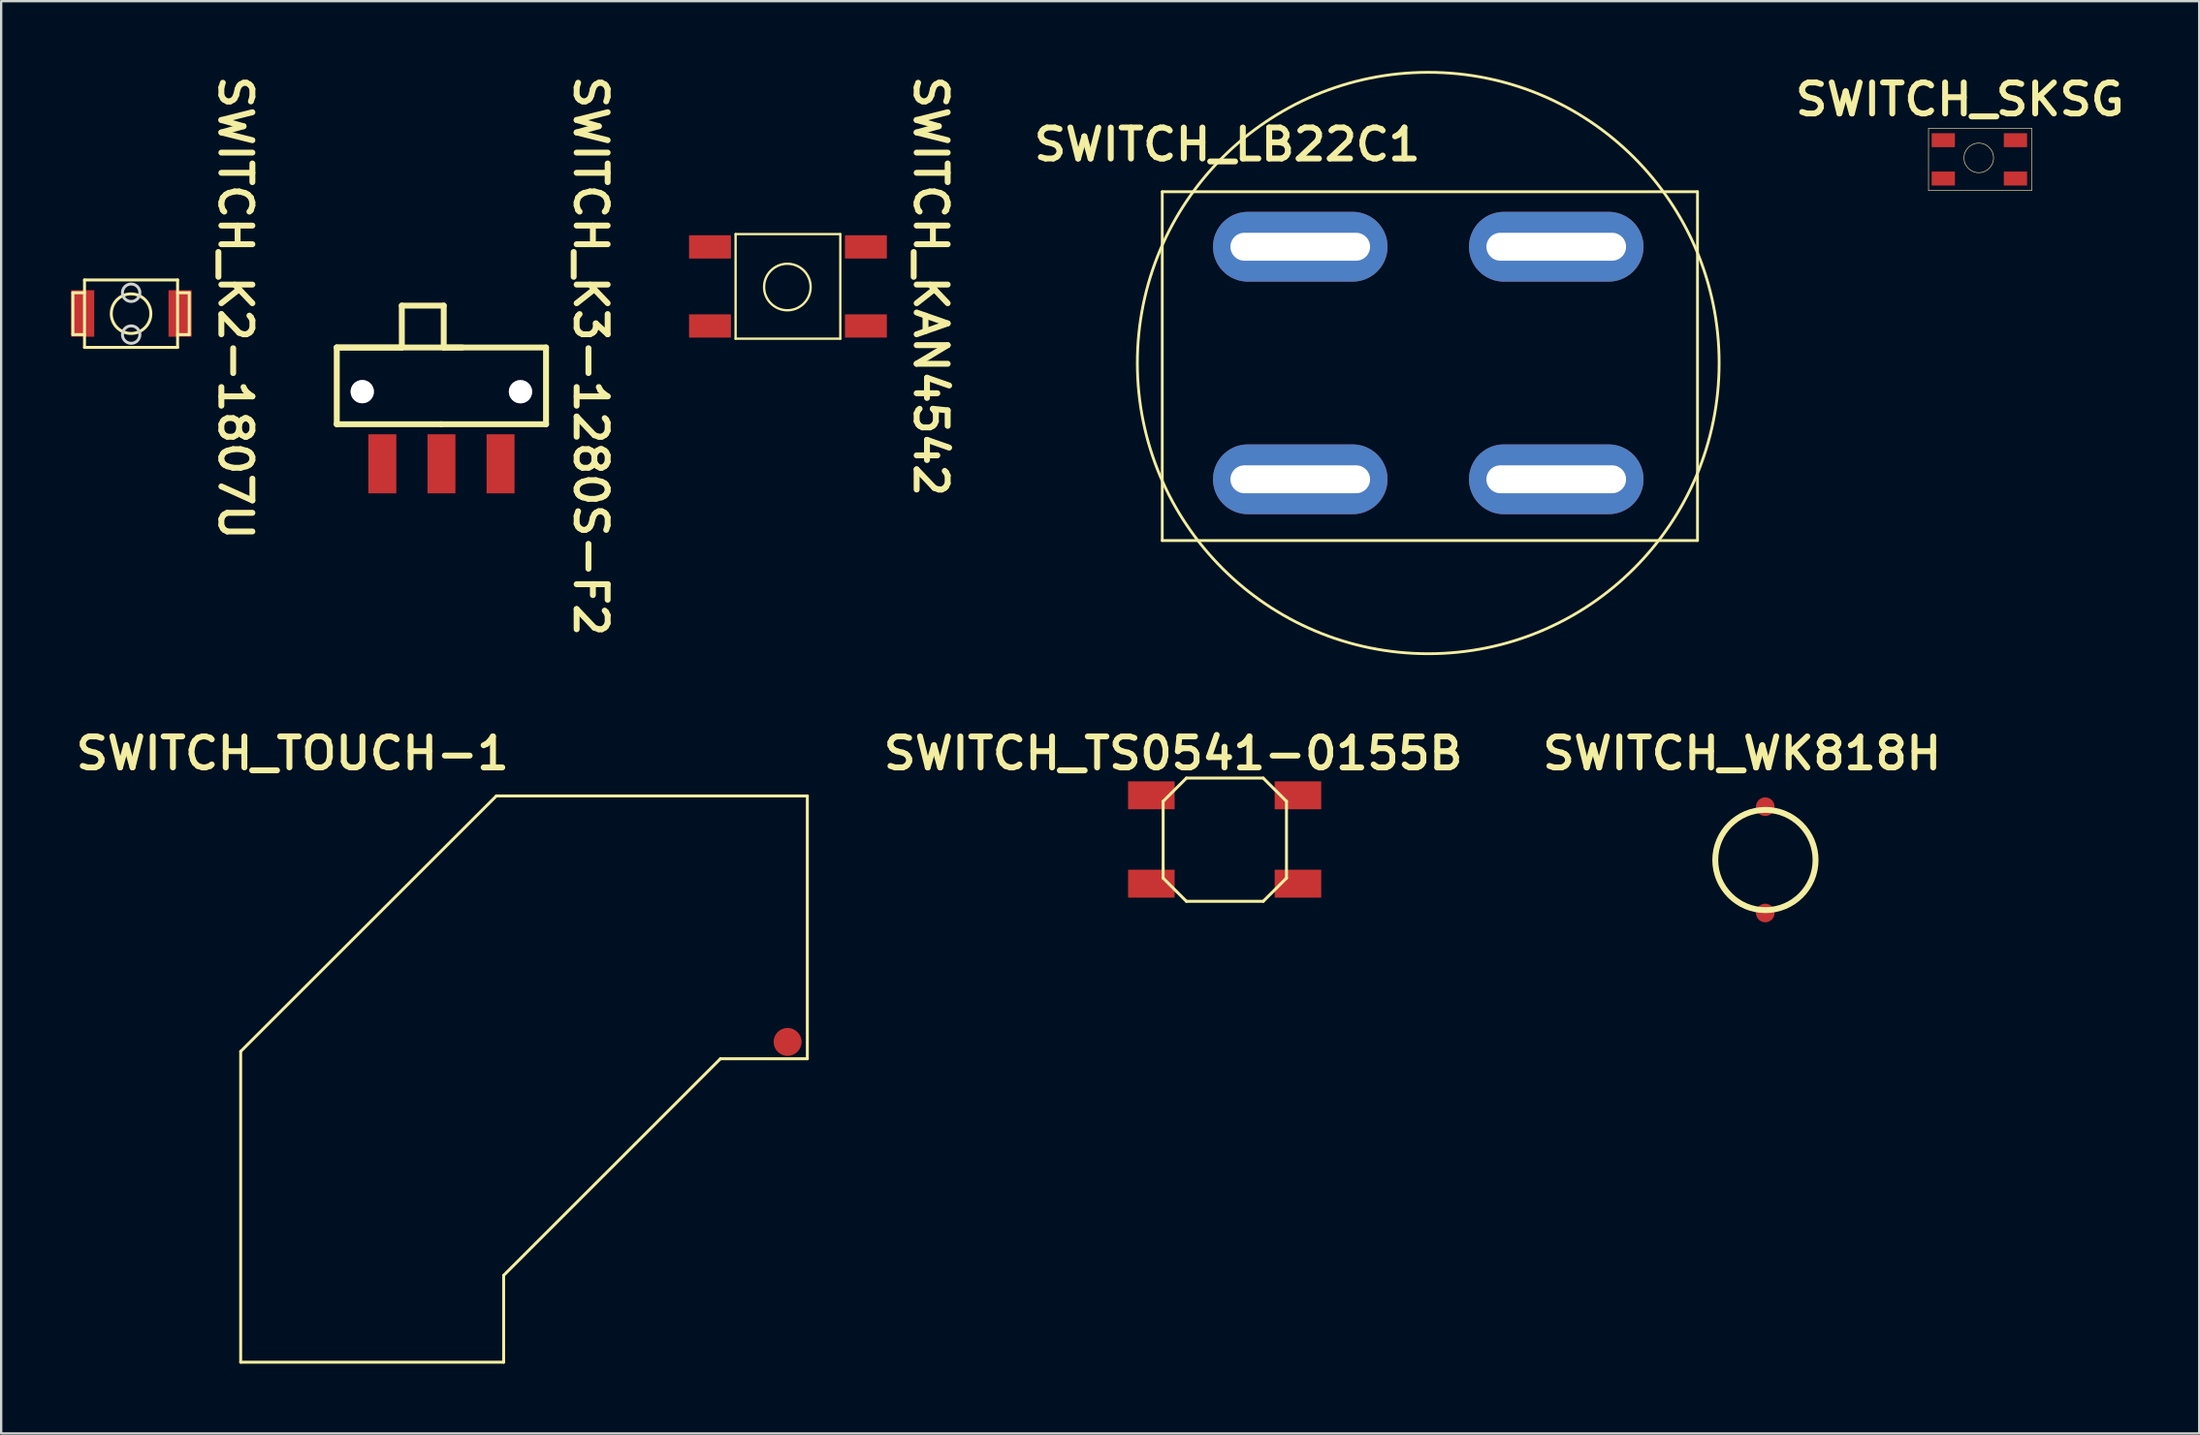
<source format=kicad_pcb>
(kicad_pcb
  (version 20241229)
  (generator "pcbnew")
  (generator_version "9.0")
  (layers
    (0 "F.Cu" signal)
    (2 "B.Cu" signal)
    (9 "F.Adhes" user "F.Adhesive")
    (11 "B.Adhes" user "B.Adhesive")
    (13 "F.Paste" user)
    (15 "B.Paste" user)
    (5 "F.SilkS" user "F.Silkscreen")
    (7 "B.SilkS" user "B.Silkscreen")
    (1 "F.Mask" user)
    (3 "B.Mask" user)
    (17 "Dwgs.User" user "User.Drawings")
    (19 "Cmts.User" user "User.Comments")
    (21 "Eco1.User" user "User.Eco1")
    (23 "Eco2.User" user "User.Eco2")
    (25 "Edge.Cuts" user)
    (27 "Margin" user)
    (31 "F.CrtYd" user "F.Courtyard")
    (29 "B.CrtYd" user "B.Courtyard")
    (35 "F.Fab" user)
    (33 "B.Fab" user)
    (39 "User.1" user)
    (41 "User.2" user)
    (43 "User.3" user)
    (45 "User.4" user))
  (footprint "SWITCH_WK818H"
    (layer "F.Cu")
    (at 72.738 34.21)
    (property "Reference" "SWITCH_WK818H" (at -0.927 -4.864 0) (unlocked yes) (layer "F.SilkS") (effects (font (size 1.333 1.402) (thickness 0.254))))
    (attr smd)
    (fp_circle (center 0.076 -0.279) (end 2.231 -0.279) (stroke (width 0.254) (type solid)) (fill no) (layer "F.SilkS"))
    (pad "1" smd circle (at 0.069 -2.572) (size 0.8 0.8) (layers "F.Cu" "F.Mask" "F.Paste"))
    (pad "2" smd circle (at 0.069 2) (size 0.8 0.8) (layers "F.Cu" "F.Mask" "F.Paste")))
  (footprint "SWITCH_KAN4542"
    (layer "F.Cu")
    (at 30.632 9.216)
    (property "Reference" "SWITCH_KAN4542" (at 6.312 0.038 270) (unlocked yes) (layer "F.SilkS") (effects (font (size 1.333 1.402) (thickness 0.254))))
    (attr smd)
    (fp_line (start -2.072 -2.199) (end 2.428 -2.199) (stroke (width 0.1) (type solid)) (layer "F.SilkS"))
    (fp_line (start -2.072 2.297) (end 2.428 2.297) (stroke (width 0.1) (type solid)) (layer "F.SilkS"))
    (fp_line (start -2.072 2.301) (end -2.072 -2.199) (stroke (width 0.1) (type solid)) (layer "F.SilkS"))
    (fp_line (start 2.428 2.301) (end 2.428 -2.199) (stroke (width 0.1) (type solid)) (layer "F.SilkS"))
    (fp_circle (center 0.153 0.076) (end 1.153 0.076) (stroke (width 0.1) (type solid)) (fill no) (layer "F.SilkS"))
    (pad "1" smd rect (at -3.172 1.751 270) (size 1 1.8) (layers "F.Cu" "F.Mask" "F.Paste"))
    (pad "2" smd rect (at 3.528 1.751 270) (size 1 1.8) (layers "F.Cu" "F.Mask" "F.Paste"))
    (pad "3" smd rect (at 3.528 -1.649 270) (size 1 1.8) (layers "F.Cu" "F.Mask" "F.Paste"))
    (pad "4" smd rect (at -3.172 -1.649 270) (size 1 1.8) (layers "F.Cu" "F.Mask" "F.Paste")))
  (footprint "SWITCH_TOUCH-1"
    (layer "F.Cu")
    (at 18.475 44.293)
    (property "Reference" "SWITCH_TOUCH-1" (at -8.954 -14.948 0) (unlocked yes) (layer "F.SilkS") (effects (font (size 1.333 1.402) (thickness 0.254))))
    (attr smd)
    (fp_line (start -11.182 -2.131) (end -0.196 -13.117) (stroke (width 0.127) (type solid)) (layer "F.SilkS"))
    (fp_line (start -11.182 11.233) (end -11.182 -2.131) (stroke (width 0.127) (type solid)) (layer "F.SilkS"))
    (fp_line (start -11.182 11.233) (end 0.118 11.233) (stroke (width 0.127) (type solid)) (layer "F.SilkS"))
    (fp_line (start -0.196 -13.117) (end 13.168 -13.117) (stroke (width 0.127) (type solid)) (layer "F.SilkS"))
    (fp_line (start 0.118 7.499) (end 9.434 -1.817) (stroke (width 0.127) (type solid)) (layer "F.SilkS"))
    (fp_line (start 0.118 11.233) (end 0.118 7.499) (stroke (width 0.127) (type solid)) (layer "F.SilkS"))
    (fp_line (start 9.434 -1.817) (end 13.168 -1.817) (stroke (width 0.127) (type solid)) (layer "F.SilkS"))
    (fp_line (start 13.168 -1.817) (end 13.168 -13.117) (stroke (width 0.127) (type solid)) (layer "F.SilkS"))
    (pad "1" smd circle (at 12.319 -2.54) (size 1.2 1.2) (layers "F.Cu" "F.Mask" "F.Paste")))
  (footprint "SWITCH_TS0541-0155B"
    (layer "F.Cu")
    (at 49.474 33.156)
    (property "Reference" "SWITCH_TS0541-0155B" (at -2.108 -3.81 0) (unlocked yes) (layer "F.SilkS") (effects (font (size 1.333 1.402) (thickness 0.254))))
    (attr smd)
    (fp_line (start -2.541 -1.748) (end -1.541 -2.748) (stroke (width 0.127) (type solid)) (layer "F.SilkS"))
    (fp_line (start -2.541 1.552) (end -2.541 -1.748) (stroke (width 0.127) (type solid)) (layer "F.SilkS"))
    (fp_line (start -2.541 1.552) (end -1.541 2.552) (stroke (width 0.127) (type solid)) (layer "F.SilkS"))
    (fp_line (start -1.541 -2.748) (end 1.759 -2.748) (stroke (width 0.127) (type solid)) (layer "F.SilkS"))
    (fp_line (start -1.541 2.552) (end 1.759 2.552) (stroke (width 0.127) (type solid)) (layer "F.SilkS"))
    (fp_line (start 1.759 -2.748) (end 2.759 -1.748) (stroke (width 0.127) (type solid)) (layer "F.SilkS"))
    (fp_line (start 1.759 2.552) (end 2.759 1.552) (stroke (width 0.127) (type solid)) (layer "F.SilkS"))
    (fp_line (start 2.759 1.552) (end 2.759 -1.748) (stroke (width 0.127) (type solid)) (layer "F.SilkS"))
    (pad "1" smd rect (at -3.048 -2.007) (size 2 1.2) (layers "F.Cu" "F.Mask" "F.Paste"))
    (pad "2" smd rect (at 3.252 -2.007) (size 2 1.2) (layers "F.Cu" "F.Mask" "F.Paste"))
    (pad "3" smd rect (at -3.048 1.793) (size 2 1.2) (layers "F.Cu" "F.Mask" "F.Paste"))
    (pad "4" smd rect (at 3.252 1.793) (size 2 1.2) (layers "F.Cu" "F.Mask" "F.Paste")))
  (footprint "SWITCH_SKSG"
    (layer "F.Cu")
    (at 81.957 3.74)
    (property "Reference" "SWITCH_SKSG" (at -0.787 -2.515 0) (unlocked yes) (layer "F.SilkS") (effects (font (size 1.333 1.402) (thickness 0.254))))
    (attr smd)
    (fp_line (start -2.134 -1.27) (end 2.311 -1.27) (stroke (width 0.025) (type solid)) (layer "F.SilkS"))
    (fp_line (start -2.134 1.397) (end -2.134 -1.27) (stroke (width 0.025) (type solid)) (layer "F.SilkS"))
    (fp_line (start -2.134 1.397) (end 2.311 1.397) (stroke (width 0.025) (type solid)) (layer "F.SilkS"))
    (fp_line (start 2.311 1.397) (end 2.311 -1.27) (stroke (width 0.025) (type solid)) (layer "F.SilkS"))
    (fp_circle (center 0.025 0) (end 0.66 0) (stroke (width 0.025) (type solid)) (fill no) (layer "F.SilkS"))
    (pad "1" smd rect (at -1.499 -0.762) (size 1 0.6) (layers "F.Cu" "F.Mask" "F.Paste"))
    (pad "2" smd rect (at -1.499 0.888) (size 1 0.6) (layers "F.Cu" "F.Mask" "F.Paste"))
    (pad "3" smd rect (at 1.601 -0.762) (size 1 0.6) (layers "F.Cu" "F.Mask" "F.Paste"))
    (pad "4" smd rect (at 1.601 0.888) (size 1 0.6) (layers "F.Cu" "F.Mask" "F.Paste")))
  (footprint "SWITCH_LB22C1"
    (layer "F.Cu")
    (at 58.325 12.56)
    (property "Reference" "SWITCH_LB22C1" (at -8.636 -9.398 0) (unlocked yes) (layer "F.SilkS") (effects (font (size 1.333 1.402) (thickness 0.254))))
    (attr smd)
    (fp_line (start -11.43 -7.366) (end -11.43 7.634) (stroke (width 0.12) (type solid)) (layer "F.SilkS"))
    (fp_line (start -11.43 -7.366) (end 11.57 -7.366) (stroke (width 0.12) (type solid)) (layer "F.SilkS"))
    (fp_line (start 11.57 7.634) (end -11.43 7.634) (stroke (width 0.12) (type solid)) (layer "F.SilkS"))
    (fp_line (start 11.57 7.634) (end 11.57 -7.366) (stroke (width 0.12) (type solid)) (layer "F.SilkS"))
    (fp_circle (center 0 0) (end 12.5 0) (stroke (width 0.12) (type solid)) (fill no) (layer "F.SilkS"))
    (pad "1" thru_hole oval (at -5.5 -5) (size 7.5 3) (drill oval 6 1.2) (layers "*.Cu" "*.Mask"))
    (pad "2" thru_hole oval (at -5.5 5) (size 7.5 3) (drill oval 6 1.2) (layers "*.Cu" "*.Mask"))
    (pad "3" thru_hole oval (at 5.5 5) (size 7.5 3) (drill oval 6 1.2) (layers "*.Cu" "*.Mask"))
    (pad "4" thru_hole oval (at 5.5 -5) (size 7.5 3) (drill oval 6 1.2) (layers "*.Cu" "*.Mask")))
  (footprint "SWITCH_K3-1280S-F2"
    (layer "F.Cu")
    (at 15.92 16.894)
    (property "Reference" "SWITCH_K3-1280S-F2" (at 6.413 -4.636 270) (unlocked yes) (layer "F.SilkS") (effects (font (size 1.333 1.402) (thickness 0.254))))
    (attr smd)
    (fp_line (start -4.502 -5.002) (end 0.898 -5.002) (stroke (width 0.254) (type solid)) (layer "F.SilkS"))
    (fp_line (start -4.502 -1.702) (end -0.002 -1.702) (stroke (width 0.254) (type solid)) (layer "F.SilkS"))
    (fp_line (start -4.498 -5.002) (end -1.702 -5.002) (stroke (width 0.254) (type solid)) (layer "F.SilkS"))
    (fp_line (start -4.498 -1.703) (end -4.498 -5.002) (stroke (width 0.254) (type solid)) (layer "F.SilkS"))
    (fp_line (start -1.704 -6.802) (end -1.702 -5.002) (stroke (width 0.254) (type solid)) (layer "F.SilkS"))
    (fp_line (start -1.704 -6.802) (end 0.098 -6.802) (stroke (width 0.254) (type solid)) (layer "F.SilkS"))
    (fp_line (start -0.002 -1.702) (end 4.498 -1.702) (stroke (width 0.254) (type solid)) (layer "F.SilkS"))
    (fp_line (start 0.098 -5.002) (end 0.098 -6.802) (stroke (width 0.254) (type solid)) (layer "F.SilkS"))
    (fp_line (start 0.098 -5.002) (end 4.494 -5.002) (stroke (width 0.254) (type solid)) (layer "F.SilkS"))
    (fp_line (start 4.494 -1.703) (end 4.494 -5.002) (stroke (width 0.254) (type solid)) (layer "F.SilkS"))
    (pad "1" smd rect (at -2.54 0 180) (size 1.2 2.54) (layers "F.Cu" "F.Mask" "F.Paste"))
    (pad "2" smd rect (at 0 0 180) (size 1.2 2.54) (layers "F.Cu" "F.Mask" "F.Paste"))
    (pad "3" smd rect (at 2.54 0 180) (size 1.2 2.54) (layers "F.Cu" "F.Mask" "F.Paste"))
    (pad "A2" thru_hole circle (at 3.396 -3.1) (size 1 1) (drill 1) (layers "*.Cu" "*.Mask"))
    (pad "_1" thru_hole circle (at -3.403 -3.103) (size 1 1) (drill 1) (layers "*.Cu" "*.Mask")))
  (footprint "SWITCH_K2-1807U"
    (layer "F.Cu")
    (at 2.659 10.43)
    (property "Reference" "SWITCH_K2-1807U" (at 4.407 -0.241 270) (unlocked yes) (layer "F.SilkS") (effects (font (size 1.333 1.402) (thickness 0.254))))
    (attr smd)
    (fp_line (start -2.577 -0.892) (end -2.077 -0.892) (stroke (width 0.127) (type solid)) (layer "F.SilkS"))
    (fp_line (start -2.577 0.908) (end -2.577 -0.892) (stroke (width 0.127) (type solid)) (layer "F.SilkS"))
    (fp_line (start -2.577 0.908) (end -2.077 0.908) (stroke (width 0.127) (type solid)) (layer "F.SilkS"))
    (fp_line (start -2.077 -1.442) (end 1.923 -1.442) (stroke (width 0.127) (type solid)) (layer "F.SilkS"))
    (fp_line (start -2.077 1.458) (end -2.077 -1.442) (stroke (width 0.127) (type solid)) (layer "F.SilkS"))
    (fp_line (start -2.077 1.458) (end 1.923 1.458) (stroke (width 0.127) (type solid)) (layer "F.SilkS"))
    (fp_line (start 1.923 -0.892) (end 2.423 -0.892) (stroke (width 0.127) (type solid)) (layer "F.SilkS"))
    (fp_line (start 1.923 0.908) (end 2.423 0.908) (stroke (width 0.127) (type solid)) (layer "F.SilkS"))
    (fp_line (start 1.923 1.458) (end 1.923 -1.442) (stroke (width 0.127) (type solid)) (layer "F.SilkS"))
    (fp_line (start 2.423 0.908) (end 2.423 -0.892) (stroke (width 0.127) (type solid)) (layer "F.SilkS"))
    (fp_circle (center -0.077 0.008) (end 0.773 0.008) (stroke (width 0.127) (type solid)) (fill no) (layer "F.SilkS"))
    (fp_circle (center -0.073 -0.892) (end 0.302 -0.892) (stroke (width 0.127) (type solid)) (fill no) (layer "Edge.Cuts"))
    (fp_circle (center -0.073 0.908) (end 0.302 0.908) (stroke (width 0.127) (type solid)) (fill no) (layer "Edge.Cuts"))
    (pad "1" smd rect (at -2.159 0) (size 1 2) (layers "F.Cu" "F.Mask" "F.Paste"))
    (pad "2" smd rect (at 2.032 0) (size 1 2) (layers "F.Cu" "F.Mask" "F.Paste")))
  (gr_rect
    (start -3 -3)
    (end 91.454 58.59)
    (stroke (width 0.1) (type default))
    (fill no)
    (layer "Edge.Cuts")))
</source>
